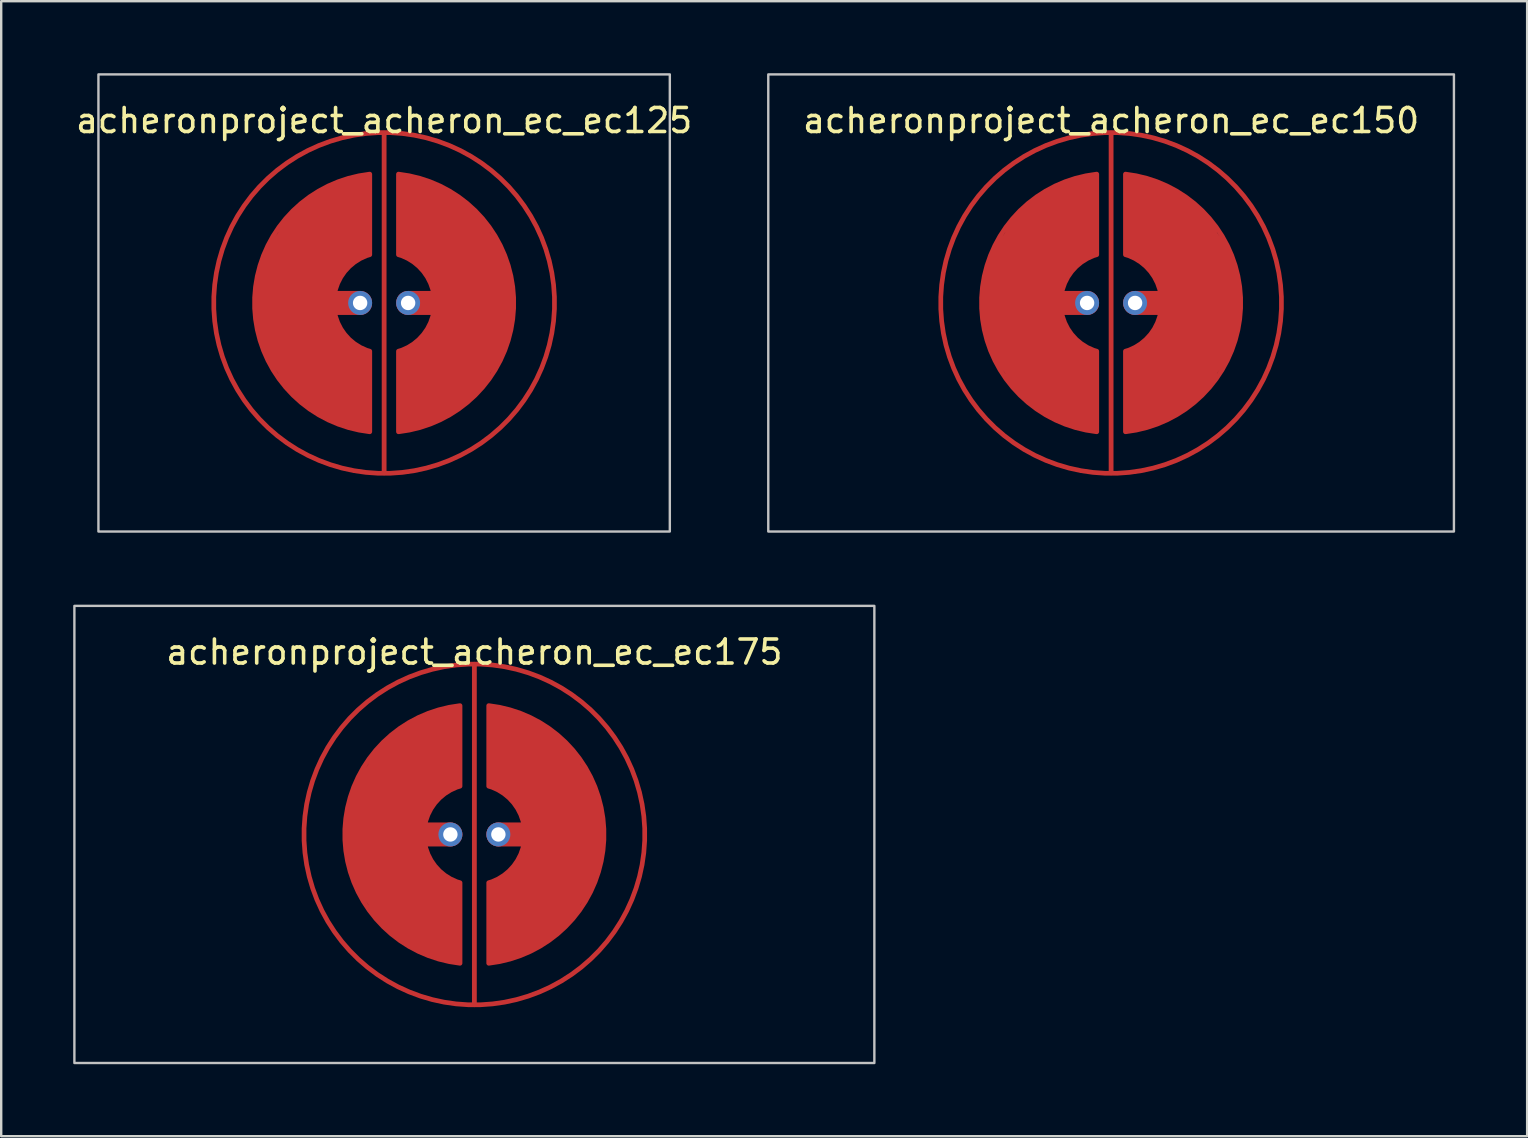
<source format=kicad_pcb>
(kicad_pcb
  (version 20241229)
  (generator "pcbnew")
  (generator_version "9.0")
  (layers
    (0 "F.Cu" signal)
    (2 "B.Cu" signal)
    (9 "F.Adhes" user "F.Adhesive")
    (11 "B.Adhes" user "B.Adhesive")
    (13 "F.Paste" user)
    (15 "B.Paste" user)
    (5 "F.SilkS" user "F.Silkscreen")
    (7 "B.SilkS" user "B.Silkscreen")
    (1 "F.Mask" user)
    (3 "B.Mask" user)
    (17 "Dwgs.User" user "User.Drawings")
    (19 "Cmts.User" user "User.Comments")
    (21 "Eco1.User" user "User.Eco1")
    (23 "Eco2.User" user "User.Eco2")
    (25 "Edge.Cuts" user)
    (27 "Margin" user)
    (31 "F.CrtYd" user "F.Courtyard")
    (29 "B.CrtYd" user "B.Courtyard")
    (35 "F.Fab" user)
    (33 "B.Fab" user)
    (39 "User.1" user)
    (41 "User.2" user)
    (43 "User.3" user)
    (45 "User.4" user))
  (footprint "acheronproject_acheron_ec_ec150"
    (layer "F.Cu")
    (at 43.254 9.575)
    (property "Reference" "acheronproject_acheron_ec_ec150" (at 0 -7.6 0) (layer "F.SilkS") (effects (font (size 1 1) (thickness 0.15))))
    (attr through_hole)
    (fp_rect (start -14.287 -9.525) (end 14.287 9.525) (stroke (width 0.1) (type solid)) (fill no) (layer "Dwgs.User"))
    (pad "" smd circle (at -1 0) (size 0.55 0.55) (layers "F.Mask"))
    (pad "" smd circle (at 1 0) (size 0.55 0.55) (layers "F.Mask"))
    (pad "1" smd custom (at 0 0 90) (size 0.2 0.2) (layers "F.Cu") (options (anchor circle)) (primitives (gr_line (start 7.1 0) (end -7.1 0) (width 0.2)) (gr_circle (center 0 0) (end 7.1 0) (width 0.2) (fill no))))
    (pad "2" smd custom (at -4.1 0) (size 0.2 0.2) (layers "F.Cu") (options (anchor circle)) (primitives (gr_poly (pts (xy 3.1 5.3) (xy 2.1 5) (xy 1.1 4.5) (xy 0.1 3.6) (xy -0.9 2) (xy -1.2 1) (xy -1.3 0) (xy -1.2 -1) (xy -0.9 -2) (xy 0.1 -3.6) (xy 1.1 -4.5) (xy 2.1 -5) (xy 3.1 -5.3) (xy 3.5 -5.367) (xy 3.5 -2.012) (xy 3.1 -1.8) (xy 2.2 -1) (xy 2 0) (xy 2.2 1) (xy 3.1 1.8) (xy 3.5 2.012) (xy 3.5 5.367)) (width 0) (fill yes)) (gr_line (start 3.1 0) (end 0.6 0) (width 1)) (gr_line (start 3.5 2.012) (end 3.5 5.367) (width 0.2)) (gr_line (start 3.5 -2.012) (end 3.5 -5.367) (width 0.2)) (gr_arc (start 3.5 5.366562) (mid -1.299999 0.001944) (end 3.496136 -5.366129) (width 0.2)) (gr_arc (start 3.5 2.01246) (mid 2.000002 0.001775) (end 3.496598 -2.011443) (width 0.2))))
    (pad "2" thru_hole circle (at -1 0) (size 1 1) (drill 0.6) (layers "*.Cu" "B.Mask"))
    (pad "3" thru_hole circle (at 1 0) (size 1 1) (drill 0.6) (layers "*.Cu" "B.Mask"))
    (pad "3" smd custom (at 4.1 0) (size 0.2 0.2) (layers "F.Cu") (options (anchor circle)) (primitives (gr_poly (pts (xy -3.1 -5.3) (xy -2.1 -5) (xy -1.1 -4.5) (xy -0.1 -3.6) (xy 0.9 -2) (xy 1.2 -1) (xy 1.3 0) (xy 1.2 1) (xy 0.9 2) (xy -0.1 3.6) (xy -1.1 4.5) (xy -2.1 5) (xy -3.5 5.367) (xy -3.5 2.012) (xy -3.1 1.8) (xy -2.2 1) (xy -2 0) (xy -2.2 -1) (xy -3.1 -1.8) (xy -3.5 -2.012) (xy -3.5 -5.367)) (width 0) (fill yes)) (gr_line (start -3.5 -2.012) (end -3.5 -5.367) (width 0.2)) (gr_arc (start -3.5 -2.01246) (mid -2.000002 -0.001775) (end -3.496598 2.011443) (width 0.2)) (gr_arc (start -3.5 -5.366562) (mid 1.299999 -0.001944) (end -3.496136 5.366129) (width 0.2)) (gr_line (start -3.5 2.012) (end -3.5 5.367) (width 0.2)) (gr_line (start -0.6 0) (end -3.1 0) (width 1))))
    (zone (net_name "") (layer "F.Cu") (hatch edge 0.508) (connect_pads) (min_thickness 0.254) (filled_areas_thickness no) (keepout (tracks allowed) (vias allowed) (pads allowed) (copperpour not_allowed) (footprints allowed)) (placement (enabled no)) (fill) (polygon (pts (xy 44.254 2.575) (xy 45.254 2.775) (xy 46.254 3.175) (xy 47.254 3.675) (xy 48.254 4.575) (xy 49.154 5.575) (xy 49.654 6.575) (xy 50.054 7.575) (xy 50.254 8.575) (xy 50.354 9.575) (xy 50.254 10.575) (xy 50.054 11.575) (xy 49.654 12.575) (xy 49.254 13.375) (xy 48.254 14.675) (xy 47.254 15.475) (xy 46.254 16.075) (xy 45.254 16.375) (xy 44.254 16.575) (xy 43.254 16.675) (xy 42.254 16.575) (xy 41.254 16.375) (xy 40.254 15.975) (xy 39.254 15.475) (xy 38.254 14.575) (xy 37.354 13.575) (xy 36.854 12.575) (xy 36.454 11.575) (xy 36.254 10.575) (xy 36.154 9.575) (xy 36.254 8.575) (xy 36.454 7.675) (xy 36.854 6.575) (xy 37.354 5.575) (xy 38.154 4.575) (xy 39.254 3.675) (xy 40.254 3.175) (xy 41.254 2.775) (xy 42.254 2.575) (xy 43.254 2.475)))))
  (footprint "acheronproject_acheron_ec_ec175"
    (layer "F.Cu")
    (at 16.719 31.725)
    (property "Reference" "acheronproject_acheron_ec_ec175" (at 0 -7.6 0) (layer "F.SilkS") (effects (font (size 1 1) (thickness 0.15))))
    (attr through_hole)
    (fp_rect (start -16.669 -9.525) (end 16.669 9.525) (stroke (width 0.1) (type solid)) (fill no) (layer "Dwgs.User"))
    (pad "" smd circle (at -1 0) (size 0.55 0.55) (layers "F.Mask"))
    (pad "" smd circle (at 1 0) (size 0.55 0.55) (layers "F.Mask"))
    (pad "1" smd custom (at 0 0 90) (size 0.2 0.2) (layers "F.Cu") (options (anchor circle)) (primitives (gr_line (start 7.1 0) (end -7.1 0) (width 0.2)) (gr_circle (center 0 0) (end 7.1 0) (width 0.2) (fill no))))
    (pad "2" smd custom (at -4.1 0) (size 0.2 0.2) (layers "F.Cu") (options (anchor circle)) (primitives (gr_poly (pts (xy 3.1 5.3) (xy 2.1 5) (xy 1.1 4.5) (xy 0.1 3.6) (xy -0.9 2) (xy -1.2 1) (xy -1.3 0) (xy -1.2 -1) (xy -0.9 -2) (xy 0.1 -3.6) (xy 1.1 -4.5) (xy 2.1 -5) (xy 3.1 -5.3) (xy 3.5 -5.367) (xy 3.5 -2.012) (xy 3.1 -1.8) (xy 2.2 -1) (xy 2 0) (xy 2.2 1) (xy 3.1 1.8) (xy 3.5 2.012) (xy 3.5 5.367)) (width 0) (fill yes)) (gr_line (start 3.1 0) (end 0.6 0) (width 1)) (gr_line (start 3.5 2.012) (end 3.5 5.367) (width 0.2)) (gr_line (start 3.5 -2.012) (end 3.5 -5.367) (width 0.2)) (gr_arc (start 3.5 5.366562) (mid -1.299999 0.001944) (end 3.496136 -5.366129) (width 0.2)) (gr_arc (start 3.5 2.01246) (mid 2.000002 0.001775) (end 3.496598 -2.011443) (width 0.2))))
    (pad "2" thru_hole circle (at -1 0) (size 1 1) (drill 0.6) (layers "*.Cu" "B.Mask"))
    (pad "3" thru_hole circle (at 1 0) (size 1 1) (drill 0.6) (layers "*.Cu" "B.Mask"))
    (pad "3" smd custom (at 4.1 0) (size 0.2 0.2) (layers "F.Cu") (options (anchor circle)) (primitives (gr_poly (pts (xy -3.1 -5.3) (xy -2.1 -5) (xy -1.1 -4.5) (xy -0.1 -3.6) (xy 0.9 -2) (xy 1.2 -1) (xy 1.3 0) (xy 1.2 1) (xy 0.9 2) (xy -0.1 3.6) (xy -1.1 4.5) (xy -2.1 5) (xy -3.5 5.367) (xy -3.5 2.012) (xy -3.1 1.8) (xy -2.2 1) (xy -2 0) (xy -2.2 -1) (xy -3.1 -1.8) (xy -3.5 -2.012) (xy -3.5 -5.367)) (width 0) (fill yes)) (gr_line (start -3.5 -2.012) (end -3.5 -5.367) (width 0.2)) (gr_arc (start -3.5 -2.01246) (mid -2.000002 -0.001775) (end -3.496598 2.011443) (width 0.2)) (gr_arc (start -3.5 -5.366562) (mid 1.299999 -0.001944) (end -3.496136 5.366129) (width 0.2)) (gr_line (start -3.5 2.012) (end -3.5 5.367) (width 0.2)) (gr_line (start -0.6 0) (end -3.1 0) (width 1))))
    (zone (net_name "") (layer "F.Cu") (hatch edge 0.508) (connect_pads) (min_thickness 0.254) (filled_areas_thickness no) (keepout (tracks allowed) (vias allowed) (pads allowed) (copperpour not_allowed) (footprints allowed)) (placement (enabled no)) (fill) (polygon (pts (xy 17.719 24.725) (xy 18.719 24.925) (xy 19.719 25.325) (xy 20.719 25.825) (xy 21.719 26.725) (xy 22.619 27.725) (xy 23.119 28.725) (xy 23.519 29.725) (xy 23.719 30.725) (xy 23.819 31.725) (xy 23.719 32.725) (xy 23.519 33.725) (xy 23.119 34.725) (xy 22.719 35.525) (xy 21.719 36.825) (xy 20.719 37.625) (xy 19.719 38.225) (xy 18.719 38.525) (xy 17.719 38.725) (xy 16.719 38.825) (xy 15.719 38.725) (xy 14.719 38.525) (xy 13.719 38.125) (xy 12.719 37.625) (xy 11.719 36.725) (xy 10.819 35.725) (xy 10.319 34.725) (xy 9.919 33.725) (xy 9.719 32.725) (xy 9.619 31.725) (xy 9.719 30.725) (xy 9.919 29.825) (xy 10.319 28.725) (xy 10.819 27.725) (xy 11.619 26.725) (xy 12.719 25.825) (xy 13.719 25.325) (xy 14.719 24.925) (xy 15.719 24.725) (xy 16.719 24.625)))))
  (footprint "acheronproject_acheron_ec_ec125"
    (layer "F.Cu")
    (at 12.958 9.575)
    (property "Reference" "acheronproject_acheron_ec_ec125" (at 0 -7.6 0) (layer "F.SilkS") (effects (font (size 1 1) (thickness 0.15))))
    (attr through_hole)
    (fp_rect (start -11.906 -9.525) (end 11.906 9.525) (stroke (width 0.1) (type solid)) (fill no) (layer "Dwgs.User"))
    (pad "" smd circle (at -1 0) (size 0.55 0.55) (layers "F.Mask"))
    (pad "" smd circle (at 1 0) (size 0.55 0.55) (layers "F.Mask"))
    (pad "1" smd custom (at 0 0 90) (size 0.2 0.2) (layers "F.Cu") (options (anchor circle)) (primitives (gr_line (start 7.1 0) (end -7.1 0) (width 0.2)) (gr_circle (center 0 0) (end 7.1 0) (width 0.2) (fill no))))
    (pad "2" smd custom (at -4.1 0) (size 0.2 0.2) (layers "F.Cu") (options (anchor circle)) (primitives (gr_poly (pts (xy 3.1 5.3) (xy 2.1 5) (xy 1.1 4.5) (xy 0.1 3.6) (xy -0.9 2) (xy -1.2 1) (xy -1.3 0) (xy -1.2 -1) (xy -0.9 -2) (xy 0.1 -3.6) (xy 1.1 -4.5) (xy 2.1 -5) (xy 3.1 -5.3) (xy 3.5 -5.367) (xy 3.5 -2.012) (xy 3.1 -1.8) (xy 2.2 -1) (xy 2 0) (xy 2.2 1) (xy 3.1 1.8) (xy 3.5 2.012) (xy 3.5 5.367)) (width 0) (fill yes)) (gr_line (start 3.1 0) (end 0.6 0) (width 1)) (gr_line (start 3.5 2.012) (end 3.5 5.367) (width 0.2)) (gr_line (start 3.5 -2.012) (end 3.5 -5.367) (width 0.2)) (gr_arc (start 3.5 5.366562) (mid -1.299999 0.001944) (end 3.496136 -5.366129) (width 0.2)) (gr_arc (start 3.5 2.01246) (mid 2.000002 0.001775) (end 3.496598 -2.011443) (width 0.2))))
    (pad "2" thru_hole circle (at -1 0) (size 1 1) (drill 0.6) (layers "*.Cu" "B.Mask"))
    (pad "3" thru_hole circle (at 1 0) (size 1 1) (drill 0.6) (layers "*.Cu" "B.Mask"))
    (pad "3" smd custom (at 4.1 0) (size 0.2 0.2) (layers "F.Cu") (options (anchor circle)) (primitives (gr_poly (pts (xy -3.1 -5.3) (xy -2.1 -5) (xy -1.1 -4.5) (xy -0.1 -3.6) (xy 0.9 -2) (xy 1.2 -1) (xy 1.3 0) (xy 1.2 1) (xy 0.9 2) (xy -0.1 3.6) (xy -1.1 4.5) (xy -2.1 5) (xy -3.5 5.367) (xy -3.5 2.012) (xy -3.1 1.8) (xy -2.2 1) (xy -2 0) (xy -2.2 -1) (xy -3.1 -1.8) (xy -3.5 -2.012) (xy -3.5 -5.367)) (width 0) (fill yes)) (gr_line (start -3.5 -2.012) (end -3.5 -5.367) (width 0.2)) (gr_arc (start -3.5 -2.01246) (mid -2.000002 -0.001775) (end -3.496598 2.011443) (width 0.2)) (gr_arc (start -3.5 -5.366562) (mid 1.299999 -0.001944) (end -3.496136 5.366129) (width 0.2)) (gr_line (start -3.5 2.012) (end -3.5 5.367) (width 0.2)) (gr_line (start -0.6 0) (end -3.1 0) (width 1))))
    (zone (net_name "") (layer "F.Cu") (hatch edge 0.508) (connect_pads) (min_thickness 0.254) (filled_areas_thickness no) (keepout (tracks allowed) (vias allowed) (pads allowed) (copperpour not_allowed) (footprints allowed)) (placement (enabled no)) (fill) (polygon (pts (xy 13.958 2.575) (xy 14.958 2.775) (xy 15.958 3.175) (xy 16.958 3.675) (xy 17.958 4.575) (xy 18.858 5.575) (xy 19.358 6.575) (xy 19.758 7.575) (xy 19.958 8.575) (xy 20.058 9.575) (xy 19.958 10.575) (xy 19.758 11.575) (xy 19.358 12.575) (xy 18.958 13.375) (xy 17.958 14.675) (xy 16.958 15.475) (xy 15.958 16.075) (xy 14.958 16.375) (xy 13.958 16.575) (xy 12.958 16.675) (xy 11.958 16.575) (xy 10.958 16.375) (xy 9.958 15.975) (xy 8.958 15.475) (xy 7.958 14.575) (xy 7.058 13.575) (xy 6.558 12.575) (xy 6.158 11.575) (xy 5.958 10.575) (xy 5.858 9.575) (xy 5.958 8.575) (xy 6.158 7.675) (xy 6.558 6.575) (xy 7.058 5.575) (xy 7.858 4.575) (xy 8.958 3.675) (xy 9.958 3.175) (xy 10.958 2.775) (xy 11.958 2.575) (xy 12.958 2.475)))))
  (gr_rect
    (start -3 -3)
    (end 60.592 44.3)
    (stroke (width 0.1) (type default))
    (fill no)
    (layer "Edge.Cuts")))
</source>
